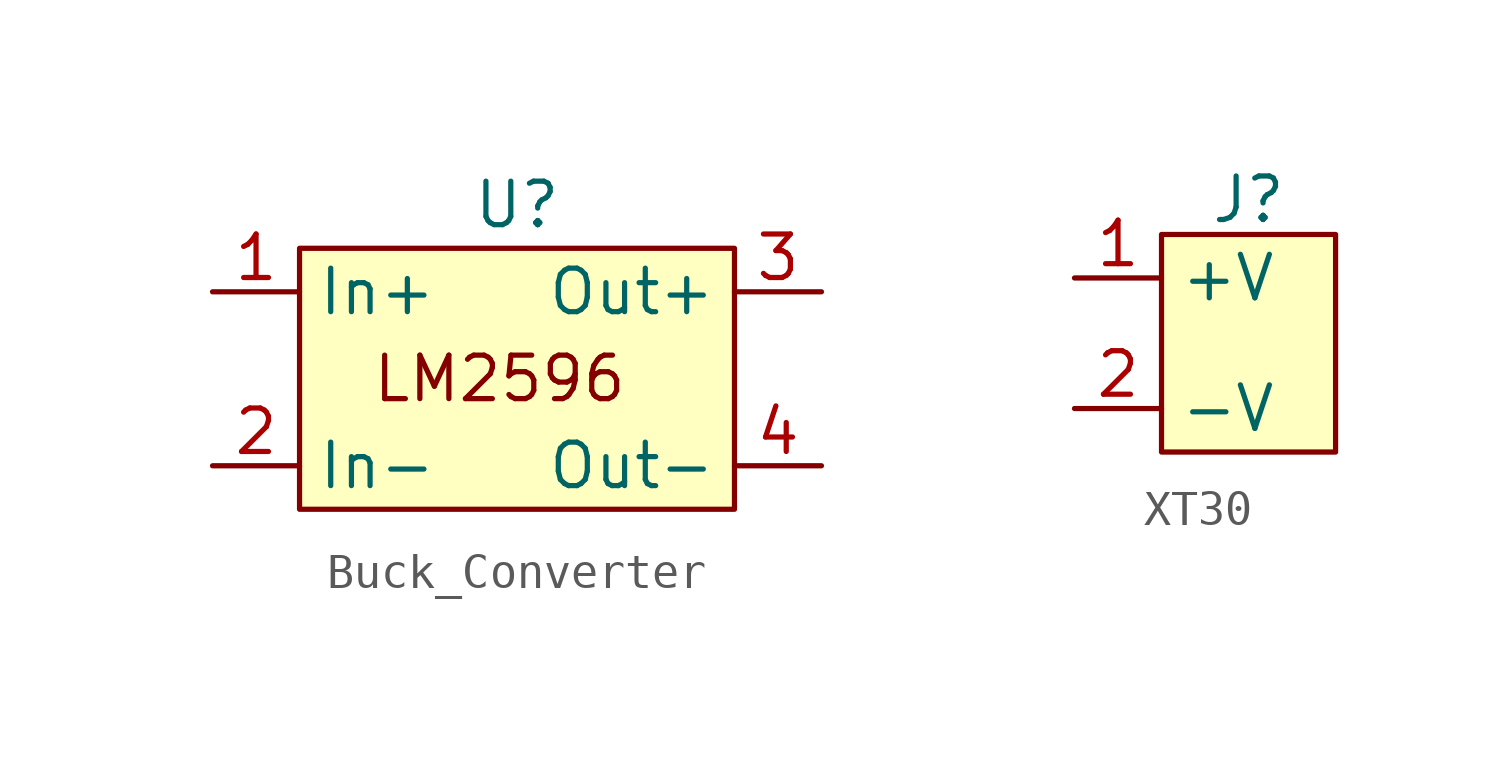
<source format=kicad_sym>
(kicad_symbol_lib
  (version 20241209)
  (generator "kicad_symbol_editor")
  (generator_version "9.0")
  (symbol "Buck_Converter"
    (property "Reference" "U"
      (at 0 5.08 0)
      (effects (font (size 1.27 1.27))))
    (property "Value" ""
      (at 0 0 0)
      (effects (font (size 1.27 1.27))))
    (symbol "Buck_Converter_1_1"
      (rectangle (start -6.35 3.81) (end 6.35 -3.81) (stroke (width 0) (type solid)) (fill (type background)))
      (text "LM2596" (at -0.508 0 0) (effects (font (size 1.27 1.27))))
      (pin input line (at -8.89 2.54 0) (length 2.54) (name "In+" (effects (font (size 1.27 1.27)))) (number "1" (effects (font (size 1.27 1.27)))))
      (pin input line (at -8.89 -2.54 0) (length 2.54) (name "In-" (effects (font (size 1.27 1.27)))) (number "2" (effects (font (size 1.27 1.27)))))
      (pin input line (at 8.89 2.54 180) (length 2.54) (name "Out+" (effects (font (size 1.27 1.27)))) (number "3" (effects (font (size 1.27 1.27)))))
      (pin input line (at 8.89 -2.54 180) (length 2.54) (name "Out-" (effects (font (size 1.27 1.27)))) (number "4" (effects (font (size 1.27 1.27)))))))
  (symbol "XT30"
    (property "Reference" "J"
      (at 0 3.556 0)
      (effects (font (size 1.27 1.27))))
    (property "Value" ""
      (at 0 0 0)
      (effects (font (size 1.27 1.27))))
    (symbol "XT30_1_1"
      (rectangle (start -2.54 2.54) (end 2.54 -3.81) (stroke (width 0) (type solid)) (fill (type background)))
      (pin input line (at -5.08 1.27 0) (length 2.54) (name "+V" (effects (font (size 1.27 1.27)))) (number "1" (effects (font (size 1.27 1.27)))))
      (pin input line (at -5.08 -2.54 0) (length 2.54) (name "-V" (effects (font (size 1.27 1.27)))) (number "2" (effects (font (size 1.27 1.27))))))))
</source>
